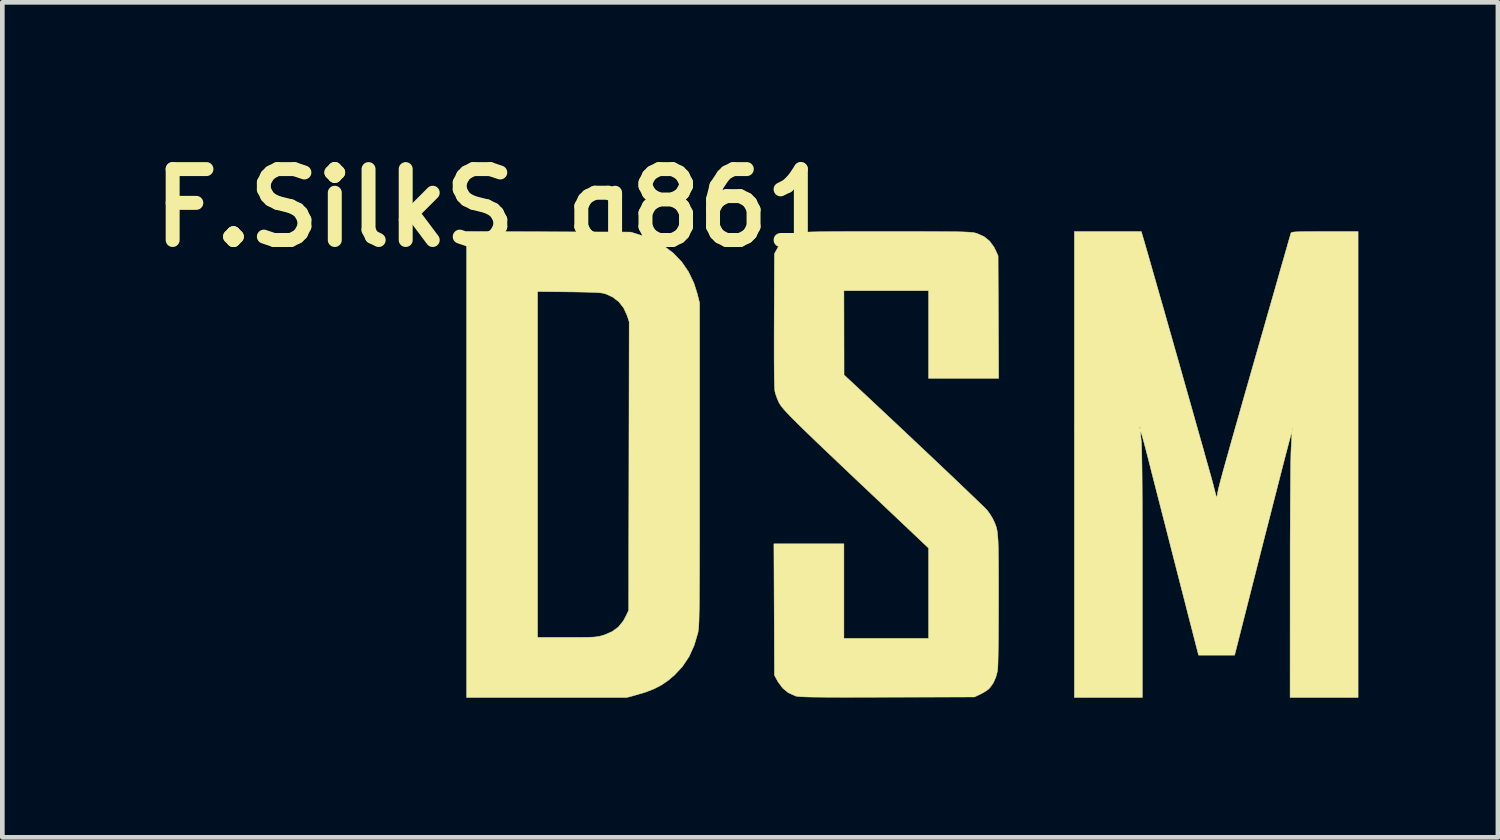
<source format=kicad_pcb>
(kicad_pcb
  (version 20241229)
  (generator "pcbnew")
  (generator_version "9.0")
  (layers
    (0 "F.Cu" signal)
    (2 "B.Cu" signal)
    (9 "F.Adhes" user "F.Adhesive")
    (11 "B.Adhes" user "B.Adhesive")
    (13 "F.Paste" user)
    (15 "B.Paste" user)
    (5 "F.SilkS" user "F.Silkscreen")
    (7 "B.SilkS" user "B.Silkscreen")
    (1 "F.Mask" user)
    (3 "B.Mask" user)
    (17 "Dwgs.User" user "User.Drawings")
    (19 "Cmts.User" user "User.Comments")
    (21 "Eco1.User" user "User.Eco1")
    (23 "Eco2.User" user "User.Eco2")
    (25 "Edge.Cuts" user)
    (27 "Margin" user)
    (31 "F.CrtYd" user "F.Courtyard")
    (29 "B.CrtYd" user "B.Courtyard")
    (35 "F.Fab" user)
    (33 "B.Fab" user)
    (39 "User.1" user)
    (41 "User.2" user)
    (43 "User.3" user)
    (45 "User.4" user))
  (footprint "F.SilkS_g861"
    (layer "F.Cu")
    (at 7.591 1.418)
    (property "Reference" "F.SilkS_g861" (at 0 0 0) (layer "F.SilkS") (effects (font (size 1.524 1.524) (thickness 0.3))))
    (attr through_hole)
    (fp_poly (pts (xy 1.148 0.513) (xy 2.91 0.519) (xy 3.101 0.578) (xy 3.374 0.681) (xy 3.617 0.812) (xy 3.828 0.972) (xy 4.008 1.16) (xy 4.155 1.375) (xy 4.27 1.616) (xy 4.342 1.844) (xy 4.392 2.043) (xy 4.392 5.503) (xy 4.392 5.954) (xy 4.392 6.364) (xy 4.392 6.736) (xy 4.392 7.071) (xy 4.391 7.372) (xy 4.391 7.641) (xy 4.39 7.88) (xy 4.389 8.089) (xy 4.388 8.273) (xy 4.387 8.432) (xy 4.385 8.569) (xy 4.383 8.685) (xy 4.381 8.783) (xy 4.379 8.865) (xy 4.376 8.932) (xy 4.373 8.986) (xy 4.37 9.03) (xy 4.366 9.066) (xy 4.362 9.095) (xy 4.357 9.12) (xy 4.356 9.128) (xy 4.277 9.397) (xy 4.167 9.639) (xy 4.025 9.853) (xy 3.854 10.037) (xy 3.712 10.157) (xy 3.567 10.255) (xy 3.409 10.336) (xy 3.228 10.406) (xy 3.025 10.466) (xy 2.826 10.52) (xy 1.106 10.52) (xy -0.614 10.52) (xy -0.614 9.229) (xy 0.91 9.229) (xy 1.544 9.229) (xy 1.725 9.229) (xy 1.87 9.228) (xy 1.983 9.227) (xy 2.072 9.224) (xy 2.141 9.22) (xy 2.196 9.213) (xy 2.243 9.205) (xy 2.287 9.193) (xy 2.335 9.179) (xy 2.346 9.175) (xy 2.511 9.105) (xy 2.645 9.007) (xy 2.751 8.878) (xy 2.803 8.784) (xy 2.868 8.647) (xy 2.879 2.447) (xy 2.835 2.312) (xy 2.761 2.15) (xy 2.658 2.018) (xy 2.526 1.916) (xy 2.381 1.85) (xy 2.346 1.839) (xy 2.304 1.83) (xy 2.249 1.823) (xy 2.178 1.818) (xy 2.085 1.814) (xy 1.965 1.81) (xy 1.813 1.807) (xy 1.624 1.804) (xy 1.593 1.804) (xy 0.91 1.796) (xy 0.91 9.229) (xy -0.614 9.229) (xy -0.614 0.506) (xy 1.148 0.513)) (stroke (width 0.01) (type solid)) (fill yes) (layer "F.SilkS"))
    (fp_poly (pts (xy 8.326 0.508) (xy 8.394 0.508) (xy 8.715 0.508) (xy 8.995 0.508) (xy 9.24 0.508) (xy 9.45 0.509) (xy 9.629 0.51) (xy 9.781 0.511) (xy 9.907 0.512) (xy 10.01 0.514) (xy 10.094 0.517) (xy 10.161 0.52) (xy 10.214 0.524) (xy 10.256 0.528) (xy 10.289 0.533) (xy 10.317 0.539) (xy 10.343 0.546) (xy 10.356 0.55) (xy 10.504 0.616) (xy 10.624 0.713) (xy 10.718 0.842) (xy 10.744 0.893) (xy 10.806 1.027) (xy 10.818 3.662) (xy 9.313 3.662) (xy 9.313 1.778) (xy 7.493 1.778) (xy 7.496 3.588) (xy 7.881 3.948) (xy 8.126 4.177) (xy 8.371 4.406) (xy 8.613 4.633) (xy 8.85 4.856) (xy 9.08 5.073) (xy 9.302 5.282) (xy 9.512 5.481) (xy 9.71 5.668) (xy 9.892 5.841) (xy 10.057 5.998) (xy 10.203 6.138) (xy 10.328 6.258) (xy 10.429 6.356) (xy 10.506 6.43) (xy 10.554 6.479) (xy 10.571 6.496) (xy 10.628 6.574) (xy 10.683 6.663) (xy 10.705 6.706) (xy 10.727 6.753) (xy 10.745 6.796) (xy 10.761 6.838) (xy 10.774 6.884) (xy 10.785 6.936) (xy 10.793 6.998) (xy 10.8 7.074) (xy 10.806 7.166) (xy 10.81 7.278) (xy 10.812 7.414) (xy 10.814 7.576) (xy 10.815 7.769) (xy 10.816 7.995) (xy 10.816 8.258) (xy 10.816 8.424) (xy 10.815 8.725) (xy 10.814 8.998) (xy 10.813 9.241) (xy 10.81 9.452) (xy 10.807 9.629) (xy 10.804 9.77) (xy 10.8 9.873) (xy 10.795 9.937) (xy 10.794 9.948) (xy 10.758 10.084) (xy 10.702 10.21) (xy 10.63 10.311) (xy 10.595 10.345) (xy 10.539 10.385) (xy 10.464 10.429) (xy 10.414 10.454) (xy 10.298 10.509) (xy 8.424 10.513) (xy 8.092 10.514) (xy 7.8 10.514) (xy 7.544 10.515) (xy 7.324 10.514) (xy 7.135 10.514) (xy 6.975 10.512) (xy 6.843 10.511) (xy 6.734 10.509) (xy 6.647 10.506) (xy 6.579 10.503) (xy 6.527 10.499) (xy 6.489 10.495) (xy 6.462 10.49) (xy 6.453 10.487) (xy 6.301 10.419) (xy 6.177 10.318) (xy 6.079 10.185) (xy 6.076 10.18) (xy 6.001 10.044) (xy 5.995 8.631) (xy 5.989 7.218) (xy 7.493 7.218) (xy 7.493 9.25) (xy 9.313 9.25) (xy 9.313 7.31) (xy 8.028 6.094) (xy 7.747 5.829) (xy 7.495 5.59) (xy 7.271 5.377) (xy 7.072 5.188) (xy 6.898 5.022) (xy 6.747 4.876) (xy 6.616 4.749) (xy 6.504 4.64) (xy 6.41 4.546) (xy 6.332 4.467) (xy 6.268 4.399) (xy 6.216 4.343) (xy 6.175 4.295) (xy 6.144 4.255) (xy 6.12 4.22) (xy 6.102 4.19) (xy 6.089 4.166) (xy 6.054 4.081) (xy 6.023 3.992) (xy 6.011 3.943) (xy 6.006 3.898) (xy 6.002 3.81) (xy 5.998 3.682) (xy 5.996 3.514) (xy 5.994 3.307) (xy 5.994 3.061) (xy 5.994 2.778) (xy 5.995 2.457) (xy 5.995 2.413) (xy 6.001 0.984) (xy 6.076 0.848) (xy 6.15 0.737) (xy 6.233 0.656) (xy 6.253 0.642) (xy 6.285 0.619) (xy 6.315 0.599) (xy 6.345 0.582) (xy 6.378 0.567) (xy 6.416 0.554) (xy 6.463 0.543) (xy 6.521 0.534) (xy 6.593 0.527) (xy 6.681 0.521) (xy 6.789 0.516) (xy 6.92 0.513) (xy 7.075 0.511) (xy 7.259 0.509) (xy 7.473 0.508) (xy 7.72 0.508) (xy 8.004 0.508) (xy 8.326 0.508)) (stroke (width 0.01) (type solid)) (fill yes) (layer "F.SilkS"))
    (fp_poly (pts (xy 13.926 0.651) (xy 13.954 0.746) (xy 13.991 0.874) (xy 14.037 1.033) (xy 14.09 1.219) (xy 14.15 1.429) (xy 14.216 1.66) (xy 14.287 1.909) (xy 14.363 2.172) (xy 14.441 2.448) (xy 14.522 2.732) (xy 14.604 3.022) (xy 14.688 3.315) (xy 14.77 3.607) (xy 14.852 3.896) (xy 14.932 4.178) (xy 15.009 4.45) (xy 15.082 4.709) (xy 15.151 4.953) (xy 15.215 5.177) (xy 15.271 5.38) (xy 15.321 5.557) (xy 15.363 5.706) (xy 15.396 5.824) (xy 15.419 5.908) (xy 15.431 5.954) (xy 15.431 5.956) (xy 15.456 6.054) (xy 15.477 6.135) (xy 15.493 6.192) (xy 15.501 6.216) (xy 15.501 6.216) (xy 15.509 6.203) (xy 15.518 6.159) (xy 15.522 6.134) (xy 15.527 6.105) (xy 15.535 6.066) (xy 15.547 6.014) (xy 15.564 5.948) (xy 15.585 5.865) (xy 15.612 5.764) (xy 15.645 5.643) (xy 15.685 5.499) (xy 15.732 5.332) (xy 15.786 5.139) (xy 15.848 4.919) (xy 15.896 4.75) (xy 17.126 4.75) (xy 17.129 4.778) (xy 17.137 4.778) (xy 17.142 4.75) (xy 17.138 4.737) (xy 17.129 4.729) (xy 17.126 4.75) (xy 15.896 4.75) (xy 15.919 4.669) (xy 15.999 4.388) (xy 16.088 4.074) (xy 16.188 3.725) (xy 16.298 3.339) (xy 16.42 2.914) (xy 16.43 2.879) (xy 16.517 2.576) (xy 16.6 2.284) (xy 16.68 2.006) (xy 16.755 1.744) (xy 16.824 1.501) (xy 16.887 1.279) (xy 16.944 1.082) (xy 16.993 0.911) (xy 17.033 0.77) (xy 17.064 0.661) (xy 17.086 0.586) (xy 17.096 0.549) (xy 17.097 0.545) (xy 17.103 0.535) (xy 17.115 0.527) (xy 17.139 0.521) (xy 17.179 0.516) (xy 17.238 0.513) (xy 17.322 0.51) (xy 17.434 0.509) (xy 17.578 0.508) (xy 17.76 0.508) (xy 17.825 0.508) (xy 18.542 0.508) (xy 18.542 10.52) (xy 17.081 10.52) (xy 17.082 8.017) (xy 17.082 7.671) (xy 17.082 7.335) (xy 17.083 7.013) (xy 17.085 6.706) (xy 17.086 6.418) (xy 17.088 6.152) (xy 17.09 5.911) (xy 17.092 5.697) (xy 17.094 5.514) (xy 17.097 5.363) (xy 17.1 5.249) (xy 17.103 5.174) (xy 17.103 5.167) (xy 17.11 5.05) (xy 17.115 4.95) (xy 17.118 4.872) (xy 17.118 4.824) (xy 17.117 4.813) (xy 17.111 4.832) (xy 17.095 4.891) (xy 17.069 4.988) (xy 17.034 5.122) (xy 16.989 5.293) (xy 16.936 5.497) (xy 16.875 5.735) (xy 16.806 6.005) (xy 16.729 6.306) (xy 16.645 6.636) (xy 16.553 6.993) (xy 16.455 7.378) (xy 16.351 7.788) (xy 16.241 8.222) (xy 16.125 8.678) (xy 16.094 8.8) (xy 15.889 9.61) (xy 15.115 9.61) (xy 15.093 9.53) (xy 15.085 9.496) (xy 15.066 9.425) (xy 15.039 9.319) (xy 15.004 9.183) (xy 14.962 9.019) (xy 14.913 8.83) (xy 14.86 8.622) (xy 14.802 8.395) (xy 14.74 8.155) (xy 14.676 7.905) (xy 14.61 7.647) (xy 14.543 7.386) (xy 14.476 7.124) (xy 14.41 6.865) (xy 14.345 6.613) (xy 14.283 6.37) (xy 14.224 6.141) (xy 14.17 5.928) (xy 14.12 5.735) (xy 14.077 5.565) (xy 14.041 5.422) (xy 14.012 5.31) (xy 14.008 5.294) (xy 13.972 5.155) (xy 13.939 5.032) (xy 13.911 4.93) (xy 13.889 4.855) (xy 13.874 4.811) (xy 13.869 4.802) (xy 13.868 4.832) (xy 13.871 4.894) (xy 13.879 4.975) (xy 13.884 5.011) (xy 13.888 5.066) (xy 13.891 5.164) (xy 13.894 5.303) (xy 13.897 5.485) (xy 13.9 5.709) (xy 13.902 5.974) (xy 13.904 6.282) (xy 13.905 6.631) (xy 13.906 7.022) (xy 13.906 7.454) (xy 13.906 7.858) (xy 13.906 10.52) (xy 12.446 10.52) (xy 12.446 4.72) (xy 13.843 4.72) (xy 13.851 4.738) (xy 13.857 4.734) (xy 13.86 4.709) (xy 13.857 4.706) (xy 13.845 4.709) (xy 13.843 4.72) (xy 12.446 4.72) (xy 12.446 0.508) (xy 13.884 0.508) (xy 13.926 0.651)) (stroke (width 0.01) (type solid)) (fill yes) (layer "F.SilkS")))
  (gr_rect
    (start -3 -3)
    (end 29.138 14.943)
    (stroke (width 0.1) (type default))
    (fill no)
    (layer "Edge.Cuts")))
</source>
